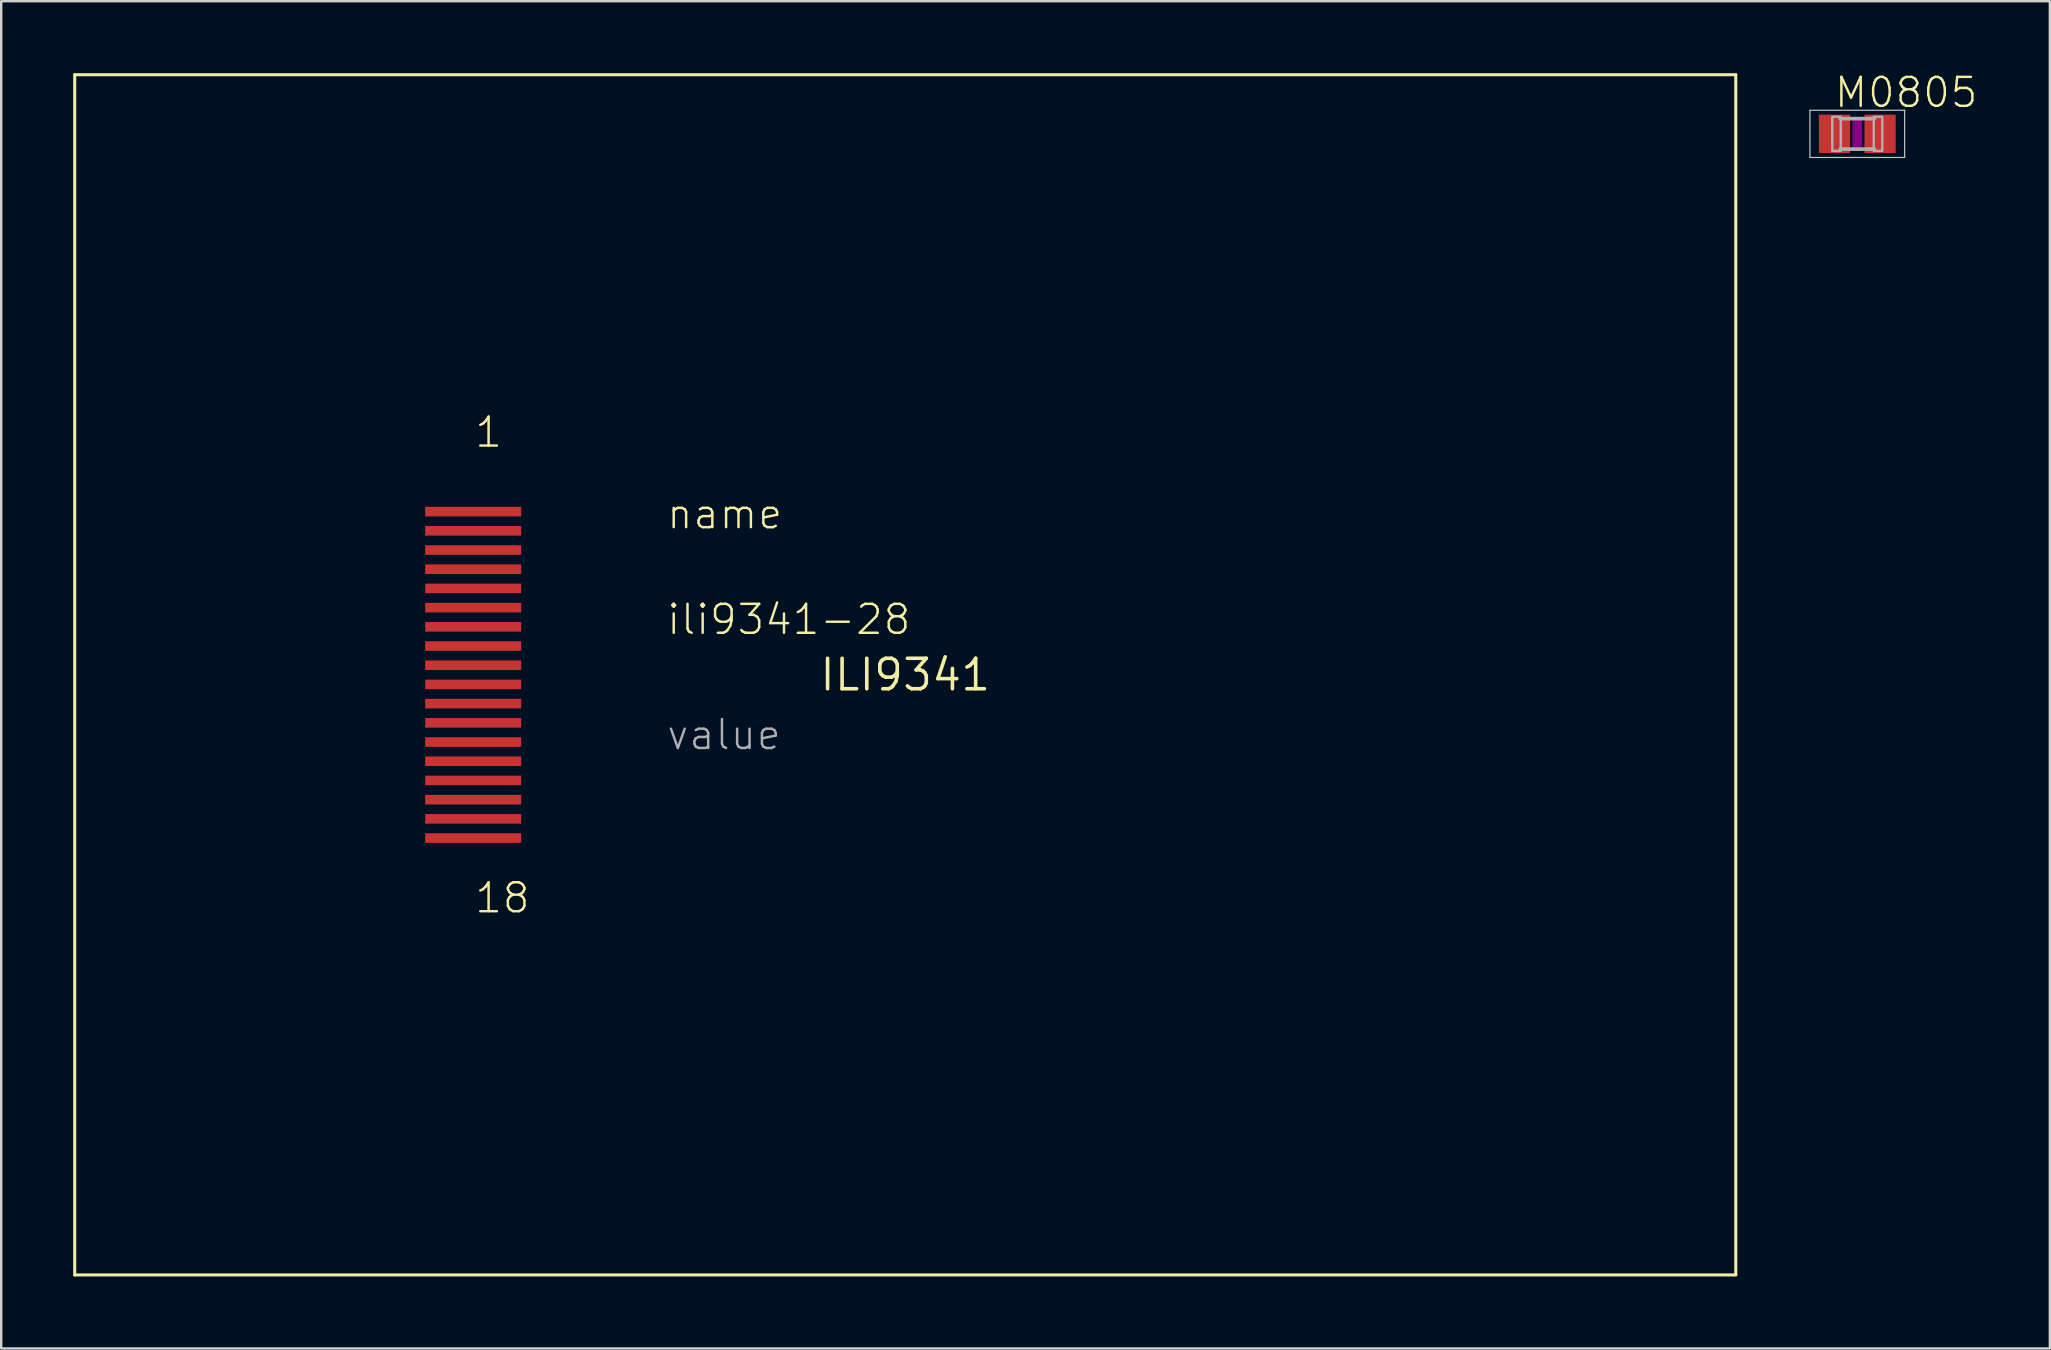
<source format=kicad_pcb>
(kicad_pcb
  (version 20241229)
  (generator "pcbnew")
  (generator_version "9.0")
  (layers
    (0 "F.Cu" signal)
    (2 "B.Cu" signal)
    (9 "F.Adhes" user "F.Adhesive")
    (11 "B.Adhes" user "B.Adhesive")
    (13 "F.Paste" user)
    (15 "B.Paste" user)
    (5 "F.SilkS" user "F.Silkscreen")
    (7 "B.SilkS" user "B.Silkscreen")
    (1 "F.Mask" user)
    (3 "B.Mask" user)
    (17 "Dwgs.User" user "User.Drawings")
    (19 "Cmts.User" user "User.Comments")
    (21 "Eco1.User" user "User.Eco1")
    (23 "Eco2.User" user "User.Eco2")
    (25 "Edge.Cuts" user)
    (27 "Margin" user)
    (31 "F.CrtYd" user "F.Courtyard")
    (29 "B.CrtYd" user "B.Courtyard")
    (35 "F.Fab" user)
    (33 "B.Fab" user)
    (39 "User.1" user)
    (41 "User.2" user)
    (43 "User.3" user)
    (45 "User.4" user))
  (footprint "ILI9341"
    (layer "F.Cu")
    (at 34.663 25.064)
    (property "Reference" "ILI9341" (at 0 0 0) (layer "F.SilkS") (effects (font (size 1.27 1.27) (thickness 0.15))))
    (attr through_hole)
    (fp_line (start -34.6 -25) (end 34.6 -25) (stroke (width 0.127) (type solid)) (layer "F.SilkS"))
    (fp_line (start -34.6 25) (end -34.6 -25) (stroke (width 0.127) (type solid)) (layer "F.SilkS"))
    (fp_line (start 34.6 -25) (end 34.6 25) (stroke (width 0.127) (type solid)) (layer "F.SilkS"))
    (fp_line (start 34.6 25) (end -34.6 25) (stroke (width 0.127) (type solid)) (layer "F.SilkS"))
    (fp_text user "name" (at -10 -6 0) (layer "F.SilkS") (effects (font (size 1.206 1.206) (thickness 0.102)) (justify left bottom)))
    (fp_text user "ili9341-28" (at -10 -1.6 0) (layer "F.SilkS") (effects (font (size 1.206 1.206) (thickness 0.102)) (justify left bottom)))
    (fp_text user "1" (at -18 -9.4 0) (layer "F.SilkS") (effects (font (size 1.206 1.206) (thickness 0.102)) (justify left bottom)))
    (fp_text user "18" (at -18 10 0) (layer "F.SilkS") (effects (font (size 1.206 1.206) (thickness 0.102)) (justify left bottom)))
    (fp_text user "value" (at -10 3.2 0) (layer "F.Fab") (effects (font (size 1.206 1.206) (thickness 0.102)) (justify left bottom)))
    (pad "P$1" smd rect (at -18 -6.8) (size 4 0.4) (layers "F.Cu" "F.Mask" "F.Paste"))
    (pad "P$2" smd rect (at -18 -6) (size 4 0.4) (layers "F.Cu" "F.Mask" "F.Paste"))
    (pad "P$3" smd rect (at -18 -5.2) (size 4 0.4) (layers "F.Cu" "F.Mask" "F.Paste"))
    (pad "P$4" smd rect (at -18 -4.4) (size 4 0.4) (layers "F.Cu" "F.Mask" "F.Paste"))
    (pad "P$5" smd rect (at -18 -3.6) (size 4 0.4) (layers "F.Cu" "F.Mask" "F.Paste"))
    (pad "P$6" smd rect (at -18 -2.8) (size 4 0.4) (layers "F.Cu" "F.Mask" "F.Paste"))
    (pad "P$7" smd rect (at -18 -2) (size 4 0.4) (layers "F.Cu" "F.Mask" "F.Paste"))
    (pad "P$8" smd rect (at -18 -1.2) (size 4 0.4) (layers "F.Cu" "F.Mask" "F.Paste"))
    (pad "P$9" smd rect (at -18 -0.4) (size 4 0.4) (layers "F.Cu" "F.Mask" "F.Paste"))
    (pad "P$10" smd rect (at -18 0.4) (size 4 0.4) (layers "F.Cu" "F.Mask" "F.Paste"))
    (pad "P$11" smd rect (at -18 1.2) (size 4 0.4) (layers "F.Cu" "F.Mask" "F.Paste"))
    (pad "P$12" smd rect (at -18 2) (size 4 0.4) (layers "F.Cu" "F.Mask" "F.Paste"))
    (pad "P$13" smd rect (at -18 2.8) (size 4 0.4) (layers "F.Cu" "F.Mask" "F.Paste"))
    (pad "P$14" smd rect (at -18 3.6) (size 4 0.4) (layers "F.Cu" "F.Mask" "F.Paste"))
    (pad "P$15" smd rect (at -18 4.4) (size 4 0.4) (layers "F.Cu" "F.Mask" "F.Paste"))
    (pad "P$16" smd rect (at -18 5.2) (size 4 0.4) (layers "F.Cu" "F.Mask" "F.Paste"))
    (pad "P$17" smd rect (at -18 6) (size 4 0.4) (layers "F.Cu" "F.Mask" "F.Paste"))
    (pad "P$18" smd rect (at -18 6.8) (size 4 0.4) (layers "F.Cu" "F.Mask" "F.Paste")))
  (footprint "M0805"
    (layer "F.Cu")
    (at 74.325 2.527)
    (property "Reference" "M0805" (at -1.016 -1.016 0) (layer "F.SilkS") (effects (font (size 1.206 1.206) (thickness 0.102)) (justify left bottom)))
    (attr through_hole)
    (fp_poly (pts (xy -0.2 0.6) (xy 0.2 0.6) (xy 0.2 -0.6) (xy -0.2 -0.6)) (stroke (width 0) (type solid)) (fill yes) (layer "F.Adhes"))
    (fp_line (start -1.973 -0.983) (end 1.973 -0.983) (stroke (width 0.051) (type solid)) (layer "Dwgs.User"))
    (fp_line (start -1.973 0.983) (end -1.973 -0.983) (stroke (width 0.051) (type solid)) (layer "Dwgs.User"))
    (fp_line (start 1.973 -0.983) (end 1.973 0.983) (stroke (width 0.051) (type solid)) (layer "Dwgs.User"))
    (fp_line (start 1.973 0.983) (end -1.973 0.983) (stroke (width 0.051) (type solid)) (layer "Dwgs.User"))
    (fp_line (start 0.711 -0.635) (end -0.711 -0.635) (stroke (width 0.152) (type solid)) (layer "F.Fab"))
    (fp_line (start 0.711 0.635) (end -0.711 0.635) (stroke (width 0.152) (type solid)) (layer "F.Fab"))
    (fp_poly (pts (xy -1.041 0.711) (xy -0.686 0.711) (xy -0.686 -0.711) (xy -1.041 -0.711)) (stroke (width 0.1) (type solid)) (fill no) (layer "F.Fab"))
    (fp_poly (pts (xy 0.686 0.711) (xy 1.041 0.711) (xy 1.041 -0.711) (xy 0.686 -0.711)) (stroke (width 0.1) (type solid)) (fill no) (layer "F.Fab"))
    (pad "1" smd rect (at -0.95 0) (size 1.3 1.6) (layers "F.Cu" "F.Mask" "F.Paste"))
    (pad "2" smd rect (at 0.95 0) (size 1.3 1.6) (layers "F.Cu" "F.Mask" "F.Paste")))
  (gr_rect
    (start -3 -3)
    (end 82.348 53.127)
    (stroke (width 0.1) (type default))
    (fill no)
    (layer "Edge.Cuts")))
</source>
